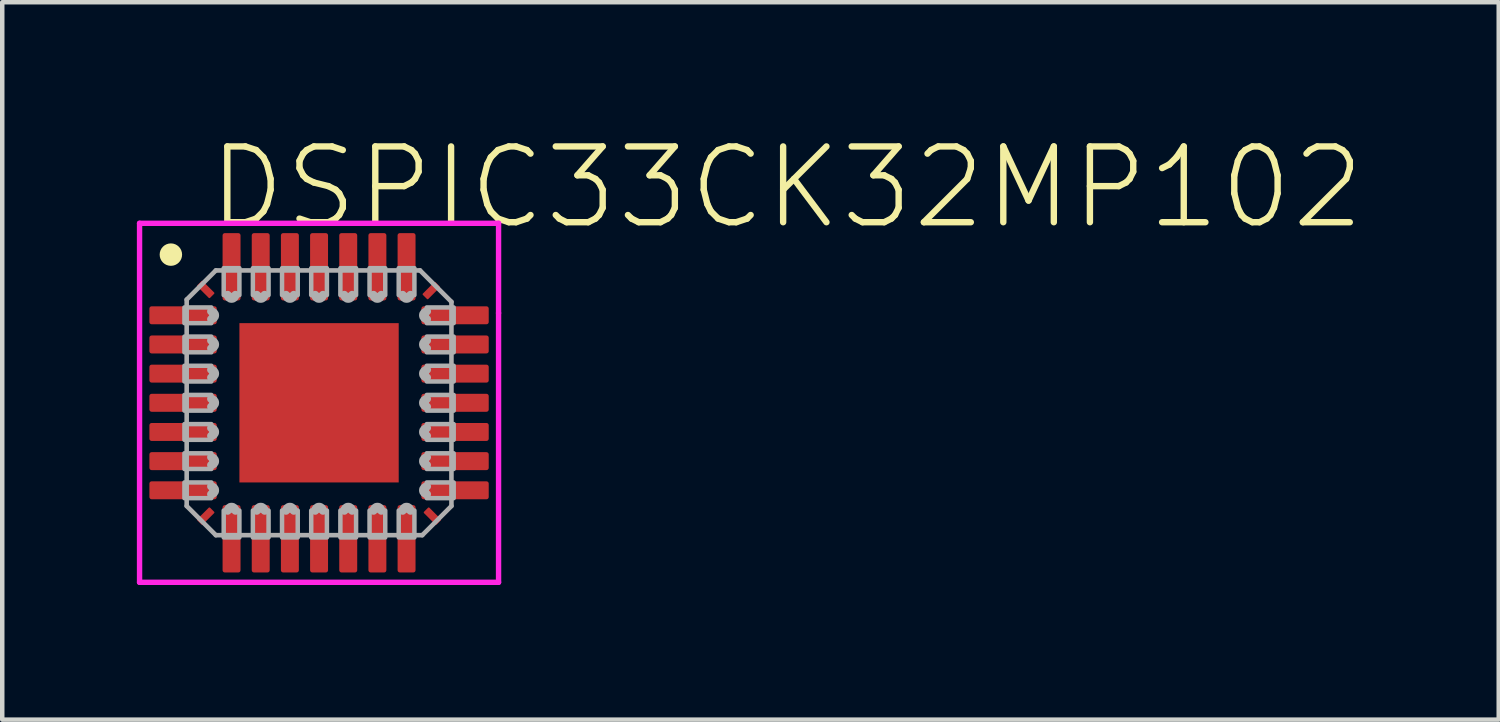
<source format=kicad_pcb>
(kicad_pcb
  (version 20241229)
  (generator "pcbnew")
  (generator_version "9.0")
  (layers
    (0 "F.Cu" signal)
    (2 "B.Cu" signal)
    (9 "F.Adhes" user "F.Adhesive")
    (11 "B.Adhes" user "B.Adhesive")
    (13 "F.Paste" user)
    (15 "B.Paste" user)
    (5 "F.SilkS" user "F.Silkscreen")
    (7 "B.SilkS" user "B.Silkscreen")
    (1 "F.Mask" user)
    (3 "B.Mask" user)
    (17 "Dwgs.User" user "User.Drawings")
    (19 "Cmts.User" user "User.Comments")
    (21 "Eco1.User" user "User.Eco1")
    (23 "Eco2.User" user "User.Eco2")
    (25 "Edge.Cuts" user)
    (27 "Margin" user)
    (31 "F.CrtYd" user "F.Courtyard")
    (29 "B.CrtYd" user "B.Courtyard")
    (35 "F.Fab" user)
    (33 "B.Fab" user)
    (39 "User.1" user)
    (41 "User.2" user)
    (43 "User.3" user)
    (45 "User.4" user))
  (footprint "‎DSPIC33CK32MP102"
    (layer "F.Cu")
    (at 4.06 5.926)
    (property "Reference" "‎DSPIC33CK32MP102" (at -2.54 -3.81 0) (layer "F.SilkS") (effects (font (size 1.689 1.689) (thickness 0.142)) (justify left bottom)))
    (attr through_hole)
    (fp_circle (center -2.4 -1.95) (end -2.312 -1.95) (stroke (width 0.175) (type solid)) (fill no) (layer "F.Mask"))
    (fp_circle (center -2.4 -1.3) (end -2.312 -1.3) (stroke (width 0.175) (type solid)) (fill no) (layer "F.Mask"))
    (fp_circle (center -2.4 -0.65) (end -2.312 -0.65) (stroke (width 0.175) (type solid)) (fill no) (layer "F.Mask"))
    (fp_circle (center -2.4 0) (end -2.312 0) (stroke (width 0.175) (type solid)) (fill no) (layer "F.Mask"))
    (fp_circle (center -2.4 0.65) (end -2.312 0.65) (stroke (width 0.175) (type solid)) (fill no) (layer "F.Mask"))
    (fp_circle (center -2.4 1.3) (end -2.312 1.3) (stroke (width 0.175) (type solid)) (fill no) (layer "F.Mask"))
    (fp_circle (center -2.4 1.95) (end -2.312 1.95) (stroke (width 0.175) (type solid)) (fill no) (layer "F.Mask"))
    (fp_circle (center -1.95 -2.4) (end -1.863 -2.4) (stroke (width 0.175) (type solid)) (fill no) (layer "F.Mask"))
    (fp_circle (center -1.95 2.4) (end -1.863 2.4) (stroke (width 0.175) (type solid)) (fill no) (layer "F.Mask"))
    (fp_circle (center -1.3 -2.4) (end -1.212 -2.4) (stroke (width 0.175) (type solid)) (fill no) (layer "F.Mask"))
    (fp_circle (center -1.3 2.4) (end -1.212 2.4) (stroke (width 0.175) (type solid)) (fill no) (layer "F.Mask"))
    (fp_circle (center -0.65 -2.4) (end -0.562 -2.4) (stroke (width 0.175) (type solid)) (fill no) (layer "F.Mask"))
    (fp_circle (center -0.65 2.4) (end -0.562 2.4) (stroke (width 0.175) (type solid)) (fill no) (layer "F.Mask"))
    (fp_circle (center 0 -2.4) (end 0.087 -2.4) (stroke (width 0.175) (type solid)) (fill no) (layer "F.Mask"))
    (fp_circle (center 0 2.4) (end 0.087 2.4) (stroke (width 0.175) (type solid)) (fill no) (layer "F.Mask"))
    (fp_circle (center 0.65 -2.4) (end 0.738 -2.4) (stroke (width 0.175) (type solid)) (fill no) (layer "F.Mask"))
    (fp_circle (center 0.65 2.4) (end 0.738 2.4) (stroke (width 0.175) (type solid)) (fill no) (layer "F.Mask"))
    (fp_circle (center 1.3 -2.4) (end 1.387 -2.4) (stroke (width 0.175) (type solid)) (fill no) (layer "F.Mask"))
    (fp_circle (center 1.3 2.4) (end 1.387 2.4) (stroke (width 0.175) (type solid)) (fill no) (layer "F.Mask"))
    (fp_circle (center 1.95 -2.4) (end 2.038 -2.4) (stroke (width 0.175) (type solid)) (fill no) (layer "F.Mask"))
    (fp_circle (center 1.95 2.4) (end 2.038 2.4) (stroke (width 0.175) (type solid)) (fill no) (layer "F.Mask"))
    (fp_circle (center 2.4 -1.95) (end 2.487 -1.95) (stroke (width 0.175) (type solid)) (fill no) (layer "F.Mask"))
    (fp_circle (center 2.4 -1.3) (end 2.487 -1.3) (stroke (width 0.175) (type solid)) (fill no) (layer "F.Mask"))
    (fp_circle (center 2.4 -0.65) (end 2.487 -0.65) (stroke (width 0.175) (type solid)) (fill no) (layer "F.Mask"))
    (fp_circle (center 2.4 0) (end 2.487 0) (stroke (width 0.175) (type solid)) (fill no) (layer "F.Mask"))
    (fp_circle (center 2.4 0.65) (end 2.487 0.65) (stroke (width 0.175) (type solid)) (fill no) (layer "F.Mask"))
    (fp_circle (center 2.4 1.3) (end 2.487 1.3) (stroke (width 0.175) (type solid)) (fill no) (layer "F.Mask"))
    (fp_circle (center 2.4 1.95) (end 2.487 1.95) (stroke (width 0.175) (type solid)) (fill no) (layer "F.Mask"))
    (fp_poly (pts (xy -3 -1.775) (xy -2.4 -1.775) (xy -2.4 -2.125) (xy -3 -2.125)) (stroke (width 0) (type solid)) (fill yes) (layer "F.Mask"))
    (fp_poly (pts (xy -3 -1.125) (xy -2.4 -1.125) (xy -2.4 -1.475) (xy -3 -1.475)) (stroke (width 0) (type solid)) (fill yes) (layer "F.Mask"))
    (fp_poly (pts (xy -3 -0.475) (xy -2.4 -0.475) (xy -2.4 -0.825) (xy -3 -0.825)) (stroke (width 0) (type solid)) (fill yes) (layer "F.Mask"))
    (fp_poly (pts (xy -3 0.175) (xy -2.4 0.175) (xy -2.4 -0.175) (xy -3 -0.175)) (stroke (width 0) (type solid)) (fill yes) (layer "F.Mask"))
    (fp_poly (pts (xy -3 0.825) (xy -2.4 0.825) (xy -2.4 0.475) (xy -3 0.475)) (stroke (width 0) (type solid)) (fill yes) (layer "F.Mask"))
    (fp_poly (pts (xy -3 1.475) (xy -2.4 1.475) (xy -2.4 1.125) (xy -3 1.125)) (stroke (width 0) (type solid)) (fill yes) (layer "F.Mask"))
    (fp_poly (pts (xy -3 2.125) (xy -2.4 2.125) (xy -2.4 1.775) (xy -3 1.775)) (stroke (width 0) (type solid)) (fill yes) (layer "F.Mask"))
    (fp_poly (pts (xy -2.362 -1.778) (xy -2.362 -2.134) (xy -3.785 -2.134) (xy -3.785 -1.778)) (stroke (width 0) (type solid)) (fill yes) (layer "F.Mask"))
    (fp_poly (pts (xy -2.362 -1.118) (xy -2.362 -1.473) (xy -3.785 -1.473) (xy -3.785 -1.118)) (stroke (width 0) (type solid)) (fill yes) (layer "F.Mask"))
    (fp_poly (pts (xy -2.362 -0.483) (xy -2.362 -0.838) (xy -3.785 -0.838) (xy -3.785 -0.483)) (stroke (width 0) (type solid)) (fill yes) (layer "F.Mask"))
    (fp_poly (pts (xy -2.362 0.178) (xy -2.362 -0.178) (xy -3.785 -0.178) (xy -3.785 0.178)) (stroke (width 0) (type solid)) (fill yes) (layer "F.Mask"))
    (fp_poly (pts (xy -2.362 0.178) (xy -2.362 -0.178) (xy -3.785 -0.178) (xy -3.785 0.178)) (stroke (width 0) (type solid)) (fill yes) (layer "F.Mask"))
    (fp_poly (pts (xy -2.362 0.838) (xy -2.362 0.483) (xy -3.785 0.483) (xy -3.785 0.838)) (stroke (width 0) (type solid)) (fill yes) (layer "F.Mask"))
    (fp_poly (pts (xy -2.362 1.473) (xy -2.362 1.118) (xy -3.785 1.118) (xy -3.785 1.473)) (stroke (width 0) (type solid)) (fill yes) (layer "F.Mask"))
    (fp_poly (pts (xy -2.362 2.134) (xy -2.362 1.778) (xy -3.785 1.778) (xy -3.785 2.134)) (stroke (width 0) (type solid)) (fill yes) (layer "F.Mask"))
    (fp_poly (pts (xy -2.134 -2.362) (xy -1.778 -2.362) (xy -1.778 -3.785) (xy -2.134 -3.785)) (stroke (width 0) (type solid)) (fill yes) (layer "F.Mask"))
    (fp_poly (pts (xy -2.125 -3) (xy -2.125 -2.4) (xy -1.775 -2.4) (xy -1.775 -3)) (stroke (width 0) (type solid)) (fill yes) (layer "F.Mask"))
    (fp_poly (pts (xy -1.778 2.362) (xy -2.134 2.362) (xy -2.134 3.785) (xy -1.778 3.785)) (stroke (width 0) (type solid)) (fill yes) (layer "F.Mask"))
    (fp_poly (pts (xy -1.775 3) (xy -1.775 2.4) (xy -2.125 2.4) (xy -2.125 3)) (stroke (width 0) (type solid)) (fill yes) (layer "F.Mask"))
    (fp_poly (pts (xy -1.75 1.75) (xy 1.75 1.75) (xy 1.75 -1.75) (xy -1.75 -1.75)) (stroke (width 0) (type solid)) (fill yes) (layer "F.Mask"))
    (fp_poly (pts (xy -1.475 -3) (xy -1.475 -2.4) (xy -1.125 -2.4) (xy -1.125 -3)) (stroke (width 0) (type solid)) (fill yes) (layer "F.Mask"))
    (fp_poly (pts (xy -1.473 -2.362) (xy -1.118 -2.362) (xy -1.118 -3.785) (xy -1.473 -3.785)) (stroke (width 0) (type solid)) (fill yes) (layer "F.Mask"))
    (fp_poly (pts (xy -1.125 3) (xy -1.125 2.4) (xy -1.475 2.4) (xy -1.475 3)) (stroke (width 0) (type solid)) (fill yes) (layer "F.Mask"))
    (fp_poly (pts (xy -1.118 2.362) (xy -1.473 2.362) (xy -1.473 3.785) (xy -1.118 3.785)) (stroke (width 0) (type solid)) (fill yes) (layer "F.Mask"))
    (fp_poly (pts (xy -0.838 -2.362) (xy -0.483 -2.362) (xy -0.483 -3.785) (xy -0.838 -3.785)) (stroke (width 0) (type solid)) (fill yes) (layer "F.Mask"))
    (fp_poly (pts (xy -0.825 -3) (xy -0.825 -2.4) (xy -0.475 -2.4) (xy -0.475 -3)) (stroke (width 0) (type solid)) (fill yes) (layer "F.Mask"))
    (fp_poly (pts (xy -0.475 3) (xy -0.475 2.4) (xy -0.825 2.4) (xy -0.825 3)) (stroke (width 0) (type solid)) (fill yes) (layer "F.Mask"))
    (fp_poly (pts (xy -0.457 2.362) (xy -0.813 2.362) (xy -0.813 3.785) (xy -0.457 3.785)) (stroke (width 0) (type solid)) (fill yes) (layer "F.Mask"))
    (fp_poly (pts (xy -0.178 -2.362) (xy 0.178 -2.362) (xy 0.178 -3.785) (xy -0.178 -3.785)) (stroke (width 0) (type solid)) (fill yes) (layer "F.Mask"))
    (fp_poly (pts (xy -0.175 -3) (xy -0.175 -2.4) (xy 0.175 -2.4) (xy 0.175 -3)) (stroke (width 0) (type solid)) (fill yes) (layer "F.Mask"))
    (fp_poly (pts (xy 0.175 3) (xy 0.175 2.4) (xy -0.175 2.4) (xy -0.175 3)) (stroke (width 0) (type solid)) (fill yes) (layer "F.Mask"))
    (fp_poly (pts (xy 0.178 2.362) (xy -0.178 2.362) (xy -0.178 3.785) (xy 0.178 3.785)) (stroke (width 0) (type solid)) (fill yes) (layer "F.Mask"))
    (fp_poly (pts (xy 0.475 -3) (xy 0.475 -2.4) (xy 0.825 -2.4) (xy 0.825 -3)) (stroke (width 0) (type solid)) (fill yes) (layer "F.Mask"))
    (fp_poly (pts (xy 0.483 -2.362) (xy 0.838 -2.362) (xy 0.838 -3.785) (xy 0.483 -3.785)) (stroke (width 0) (type solid)) (fill yes) (layer "F.Mask"))
    (fp_poly (pts (xy 0.825 3) (xy 0.825 2.4) (xy 0.475 2.4) (xy 0.475 3)) (stroke (width 0) (type solid)) (fill yes) (layer "F.Mask"))
    (fp_poly (pts (xy 0.838 2.362) (xy 0.483 2.362) (xy 0.483 3.785) (xy 0.838 3.785)) (stroke (width 0) (type solid)) (fill yes) (layer "F.Mask"))
    (fp_poly (pts (xy 1.118 -2.362) (xy 1.473 -2.362) (xy 1.473 -3.785) (xy 1.118 -3.785)) (stroke (width 0) (type solid)) (fill yes) (layer "F.Mask"))
    (fp_poly (pts (xy 1.125 -3) (xy 1.125 -2.4) (xy 1.475 -2.4) (xy 1.475 -3)) (stroke (width 0) (type solid)) (fill yes) (layer "F.Mask"))
    (fp_poly (pts (xy 1.473 2.362) (xy 1.118 2.362) (xy 1.118 3.785) (xy 1.473 3.785)) (stroke (width 0) (type solid)) (fill yes) (layer "F.Mask"))
    (fp_poly (pts (xy 1.475 3) (xy 1.475 2.4) (xy 1.125 2.4) (xy 1.125 3)) (stroke (width 0) (type solid)) (fill yes) (layer "F.Mask"))
    (fp_poly (pts (xy 1.775 -3) (xy 1.775 -2.4) (xy 2.125 -2.4) (xy 2.125 -3)) (stroke (width 0) (type solid)) (fill yes) (layer "F.Mask"))
    (fp_poly (pts (xy 1.778 -2.362) (xy 2.134 -2.362) (xy 2.134 -3.785) (xy 1.778 -3.785)) (stroke (width 0) (type solid)) (fill yes) (layer "F.Mask"))
    (fp_poly (pts (xy 2.125 3) (xy 2.125 2.4) (xy 1.775 2.4) (xy 1.775 3)) (stroke (width 0) (type solid)) (fill yes) (layer "F.Mask"))
    (fp_poly (pts (xy 2.134 2.362) (xy 1.778 2.362) (xy 1.778 3.785) (xy 2.134 3.785)) (stroke (width 0) (type solid)) (fill yes) (layer "F.Mask"))
    (fp_poly (pts (xy 2.362 -2.134) (xy 2.362 -1.778) (xy 3.785 -1.778) (xy 3.785 -2.134)) (stroke (width 0) (type solid)) (fill yes) (layer "F.Mask"))
    (fp_poly (pts (xy 2.362 -1.473) (xy 2.362 -1.118) (xy 3.785 -1.118) (xy 3.785 -1.473)) (stroke (width 0) (type solid)) (fill yes) (layer "F.Mask"))
    (fp_poly (pts (xy 2.362 -0.838) (xy 2.362 -0.483) (xy 3.785 -0.483) (xy 3.785 -0.838)) (stroke (width 0) (type solid)) (fill yes) (layer "F.Mask"))
    (fp_poly (pts (xy 2.362 -0.178) (xy 2.362 0.178) (xy 3.785 0.178) (xy 3.785 -0.178)) (stroke (width 0) (type solid)) (fill yes) (layer "F.Mask"))
    (fp_poly (pts (xy 2.362 0.457) (xy 2.362 0.813) (xy 3.785 0.813) (xy 3.785 0.457)) (stroke (width 0) (type solid)) (fill yes) (layer "F.Mask"))
    (fp_poly (pts (xy 2.362 1.118) (xy 2.362 1.473) (xy 3.785 1.473) (xy 3.785 1.118)) (stroke (width 0) (type solid)) (fill yes) (layer "F.Mask"))
    (fp_poly (pts (xy 2.362 1.778) (xy 2.362 2.134) (xy 3.785 2.134) (xy 3.785 1.778)) (stroke (width 0) (type solid)) (fill yes) (layer "F.Mask"))
    (fp_poly (pts (xy 3 -2.125) (xy 2.4 -2.125) (xy 2.4 -1.775) (xy 3 -1.775)) (stroke (width 0) (type solid)) (fill yes) (layer "F.Mask"))
    (fp_poly (pts (xy 3 -1.475) (xy 2.4 -1.475) (xy 2.4 -1.125) (xy 3 -1.125)) (stroke (width 0) (type solid)) (fill yes) (layer "F.Mask"))
    (fp_poly (pts (xy 3 -0.825) (xy 2.4 -0.825) (xy 2.4 -0.475) (xy 3 -0.475)) (stroke (width 0) (type solid)) (fill yes) (layer "F.Mask"))
    (fp_poly (pts (xy 3 -0.175) (xy 2.4 -0.175) (xy 2.4 0.175) (xy 3 0.175)) (stroke (width 0) (type solid)) (fill yes) (layer "F.Mask"))
    (fp_poly (pts (xy 3 0.475) (xy 2.4 0.475) (xy 2.4 0.825) (xy 3 0.825)) (stroke (width 0) (type solid)) (fill yes) (layer "F.Mask"))
    (fp_poly (pts (xy 3 1.125) (xy 2.4 1.125) (xy 2.4 1.475) (xy 3 1.475)) (stroke (width 0) (type solid)) (fill yes) (layer "F.Mask"))
    (fp_poly (pts (xy 3 1.775) (xy 2.4 1.775) (xy 2.4 2.125) (xy 3 2.125)) (stroke (width 0) (type solid)) (fill yes) (layer "F.Mask"))
    (fp_circle (center -3.302 -3.302) (end -3.177 -3.302) (stroke (width 0.25) (type solid)) (fill no) (layer "F.SilkS"))
    (fp_circle (center -2.4 -1.95) (end -2.312 -1.95) (stroke (width 0.175) (type solid)) (fill no) (layer "F.Paste"))
    (fp_circle (center -2.4 -1.3) (end -2.312 -1.3) (stroke (width 0.175) (type solid)) (fill no) (layer "F.Paste"))
    (fp_circle (center -2.4 -0.65) (end -2.312 -0.65) (stroke (width 0.175) (type solid)) (fill no) (layer "F.Paste"))
    (fp_circle (center -2.4 0) (end -2.312 0) (stroke (width 0.175) (type solid)) (fill no) (layer "F.Paste"))
    (fp_circle (center -2.4 0.65) (end -2.312 0.65) (stroke (width 0.175) (type solid)) (fill no) (layer "F.Paste"))
    (fp_circle (center -2.4 1.3) (end -2.312 1.3) (stroke (width 0.175) (type solid)) (fill no) (layer "F.Paste"))
    (fp_circle (center -2.4 1.95) (end -2.312 1.95) (stroke (width 0.175) (type solid)) (fill no) (layer "F.Paste"))
    (fp_circle (center -1.95 -2.4) (end -1.863 -2.4) (stroke (width 0.175) (type solid)) (fill no) (layer "F.Paste"))
    (fp_circle (center -1.95 2.4) (end -1.863 2.4) (stroke (width 0.175) (type solid)) (fill no) (layer "F.Paste"))
    (fp_circle (center -1.3 -2.4) (end -1.212 -2.4) (stroke (width 0.175) (type solid)) (fill no) (layer "F.Paste"))
    (fp_circle (center -1.3 2.4) (end -1.212 2.4) (stroke (width 0.175) (type solid)) (fill no) (layer "F.Paste"))
    (fp_circle (center -0.65 -2.4) (end -0.562 -2.4) (stroke (width 0.175) (type solid)) (fill no) (layer "F.Paste"))
    (fp_circle (center -0.65 2.4) (end -0.562 2.4) (stroke (width 0.175) (type solid)) (fill no) (layer "F.Paste"))
    (fp_circle (center 0 -2.4) (end 0.087 -2.4) (stroke (width 0.175) (type solid)) (fill no) (layer "F.Paste"))
    (fp_circle (center 0 2.4) (end 0.087 2.4) (stroke (width 0.175) (type solid)) (fill no) (layer "F.Paste"))
    (fp_circle (center 0.65 -2.4) (end 0.738 -2.4) (stroke (width 0.175) (type solid)) (fill no) (layer "F.Paste"))
    (fp_circle (center 0.65 2.4) (end 0.738 2.4) (stroke (width 0.175) (type solid)) (fill no) (layer "F.Paste"))
    (fp_circle (center 1.3 -2.4) (end 1.387 -2.4) (stroke (width 0.175) (type solid)) (fill no) (layer "F.Paste"))
    (fp_circle (center 1.3 2.4) (end 1.387 2.4) (stroke (width 0.175) (type solid)) (fill no) (layer "F.Paste"))
    (fp_circle (center 1.95 -2.4) (end 2.038 -2.4) (stroke (width 0.175) (type solid)) (fill no) (layer "F.Paste"))
    (fp_circle (center 1.95 2.4) (end 2.038 2.4) (stroke (width 0.175) (type solid)) (fill no) (layer "F.Paste"))
    (fp_circle (center 2.4 -1.95) (end 2.487 -1.95) (stroke (width 0.175) (type solid)) (fill no) (layer "F.Paste"))
    (fp_circle (center 2.4 -1.3) (end 2.487 -1.3) (stroke (width 0.175) (type solid)) (fill no) (layer "F.Paste"))
    (fp_circle (center 2.4 -0.65) (end 2.487 -0.65) (stroke (width 0.175) (type solid)) (fill no) (layer "F.Paste"))
    (fp_circle (center 2.4 0) (end 2.487 0) (stroke (width 0.175) (type solid)) (fill no) (layer "F.Paste"))
    (fp_circle (center 2.4 0.65) (end 2.487 0.65) (stroke (width 0.175) (type solid)) (fill no) (layer "F.Paste"))
    (fp_circle (center 2.4 1.3) (end 2.487 1.3) (stroke (width 0.175) (type solid)) (fill no) (layer "F.Paste"))
    (fp_circle (center 2.4 1.95) (end 2.487 1.95) (stroke (width 0.175) (type solid)) (fill no) (layer "F.Paste"))
    (fp_poly (pts (xy -3 -1.775) (xy -2.4 -1.775) (xy -2.4 -2.125) (xy -3 -2.125)) (stroke (width 0) (type solid)) (fill yes) (layer "F.Paste"))
    (fp_poly (pts (xy -3 -1.125) (xy -2.4 -1.125) (xy -2.4 -1.475) (xy -3 -1.475)) (stroke (width 0) (type solid)) (fill yes) (layer "F.Paste"))
    (fp_poly (pts (xy -3 -0.475) (xy -2.4 -0.475) (xy -2.4 -0.825) (xy -3 -0.825)) (stroke (width 0) (type solid)) (fill yes) (layer "F.Paste"))
    (fp_poly (pts (xy -3 0.175) (xy -2.4 0.175) (xy -2.4 -0.175) (xy -3 -0.175)) (stroke (width 0) (type solid)) (fill yes) (layer "F.Paste"))
    (fp_poly (pts (xy -3 0.825) (xy -2.4 0.825) (xy -2.4 0.475) (xy -3 0.475)) (stroke (width 0) (type solid)) (fill yes) (layer "F.Paste"))
    (fp_poly (pts (xy -3 1.475) (xy -2.4 1.475) (xy -2.4 1.125) (xy -3 1.125)) (stroke (width 0) (type solid)) (fill yes) (layer "F.Paste"))
    (fp_poly (pts (xy -3 2.125) (xy -2.4 2.125) (xy -2.4 1.775) (xy -3 1.775)) (stroke (width 0) (type solid)) (fill yes) (layer "F.Paste"))
    (fp_poly (pts (xy -2.73 -2.61) (xy -2.447 -2.327) (xy -2.327 -2.447) (xy -2.61 -2.73)) (stroke (width 0) (type solid)) (fill yes) (layer "F.Paste"))
    (fp_poly (pts (xy -2.61 2.73) (xy -2.327 2.447) (xy -2.447 2.327) (xy -2.73 2.61)) (stroke (width 0) (type solid)) (fill yes) (layer "F.Paste"))
    (fp_poly (pts (xy -2.125 -3) (xy -2.125 -2.4) (xy -1.775 -2.4) (xy -1.775 -3)) (stroke (width 0) (type solid)) (fill yes) (layer "F.Paste"))
    (fp_poly (pts (xy -1.775 3) (xy -1.775 2.4) (xy -2.125 2.4) (xy -2.125 3)) (stroke (width 0) (type solid)) (fill yes) (layer "F.Paste"))
    (fp_poly (pts (xy -1.725 1.725) (xy 1.725 1.725) (xy 1.725 -1.725) (xy -1.725 -1.725)) (stroke (width 0) (type solid)) (fill yes) (layer "F.Paste"))
    (fp_poly (pts (xy -1.475 -3) (xy -1.475 -2.4) (xy -1.125 -2.4) (xy -1.125 -3)) (stroke (width 0) (type solid)) (fill yes) (layer "F.Paste"))
    (fp_poly (pts (xy -1.125 3) (xy -1.125 2.4) (xy -1.475 2.4) (xy -1.475 3)) (stroke (width 0) (type solid)) (fill yes) (layer "F.Paste"))
    (fp_poly (pts (xy -0.825 -3) (xy -0.825 -2.4) (xy -0.475 -2.4) (xy -0.475 -3)) (stroke (width 0) (type solid)) (fill yes) (layer "F.Paste"))
    (fp_poly (pts (xy -0.475 3) (xy -0.475 2.4) (xy -0.825 2.4) (xy -0.825 3)) (stroke (width 0) (type solid)) (fill yes) (layer "F.Paste"))
    (fp_poly (pts (xy -0.175 -3) (xy -0.175 -2.4) (xy 0.175 -2.4) (xy 0.175 -3)) (stroke (width 0) (type solid)) (fill yes) (layer "F.Paste"))
    (fp_poly (pts (xy 0.175 3) (xy 0.175 2.4) (xy -0.175 2.4) (xy -0.175 3)) (stroke (width 0) (type solid)) (fill yes) (layer "F.Paste"))
    (fp_poly (pts (xy 0.475 -3) (xy 0.475 -2.4) (xy 0.825 -2.4) (xy 0.825 -3)) (stroke (width 0) (type solid)) (fill yes) (layer "F.Paste"))
    (fp_poly (pts (xy 0.825 3) (xy 0.825 2.4) (xy 0.475 2.4) (xy 0.475 3)) (stroke (width 0) (type solid)) (fill yes) (layer "F.Paste"))
    (fp_poly (pts (xy 1.125 -3) (xy 1.125 -2.4) (xy 1.475 -2.4) (xy 1.475 -3)) (stroke (width 0) (type solid)) (fill yes) (layer "F.Paste"))
    (fp_poly (pts (xy 1.475 3) (xy 1.475 2.4) (xy 1.125 2.4) (xy 1.125 3)) (stroke (width 0) (type solid)) (fill yes) (layer "F.Paste"))
    (fp_poly (pts (xy 1.775 -3) (xy 1.775 -2.4) (xy 2.125 -2.4) (xy 2.125 -3)) (stroke (width 0) (type solid)) (fill yes) (layer "F.Paste"))
    (fp_poly (pts (xy 2.125 3) (xy 2.125 2.4) (xy 1.775 2.4) (xy 1.775 3)) (stroke (width 0) (type solid)) (fill yes) (layer "F.Paste"))
    (fp_poly (pts (xy 2.42 -2.3) (xy 2.703 -2.583) (xy 2.583 -2.703) (xy 2.3 -2.42)) (stroke (width 0) (type solid)) (fill yes) (layer "F.Paste"))
    (fp_poly (pts (xy 2.73 2.61) (xy 2.447 2.327) (xy 2.327 2.447) (xy 2.61 2.73)) (stroke (width 0) (type solid)) (fill yes) (layer "F.Paste"))
    (fp_poly (pts (xy 3 -2.125) (xy 2.4 -2.125) (xy 2.4 -1.775) (xy 3 -1.775)) (stroke (width 0) (type solid)) (fill yes) (layer "F.Paste"))
    (fp_poly (pts (xy 3 -1.475) (xy 2.4 -1.475) (xy 2.4 -1.125) (xy 3 -1.125)) (stroke (width 0) (type solid)) (fill yes) (layer "F.Paste"))
    (fp_poly (pts (xy 3 -0.825) (xy 2.4 -0.825) (xy 2.4 -0.475) (xy 3 -0.475)) (stroke (width 0) (type solid)) (fill yes) (layer "F.Paste"))
    (fp_poly (pts (xy 3 -0.175) (xy 2.4 -0.175) (xy 2.4 0.175) (xy 3 0.175)) (stroke (width 0) (type solid)) (fill yes) (layer "F.Paste"))
    (fp_poly (pts (xy 3 0.475) (xy 2.4 0.475) (xy 2.4 0.825) (xy 3 0.825)) (stroke (width 0) (type solid)) (fill yes) (layer "F.Paste"))
    (fp_poly (pts (xy 3 1.125) (xy 2.4 1.125) (xy 2.4 1.475) (xy 3 1.475)) (stroke (width 0) (type solid)) (fill yes) (layer "F.Paste"))
    (fp_poly (pts (xy 3 1.775) (xy 2.4 1.775) (xy 2.4 2.125) (xy 3 2.125)) (stroke (width 0) (type solid)) (fill yes) (layer "F.Paste"))
    (fp_line (start -4 -4) (end 4 -4) (stroke (width 0.12) (type solid)) (layer "F.CrtYd"))
    (fp_line (start -4 4) (end -4 -4) (stroke (width 0.12) (type solid)) (layer "F.CrtYd"))
    (fp_line (start 4 -4) (end 4 -2) (stroke (width 0.12) (type solid)) (layer "F.CrtYd"))
    (fp_line (start 4 -2) (end 4 4) (stroke (width 0.12) (type solid)) (layer "F.CrtYd"))
    (fp_line (start 4 4) (end -4 4) (stroke (width 0.12) (type solid)) (layer "F.CrtYd"))
    (fp_line (start -2.95 -2.3) (end -2.3 -2.95) (stroke (width 0.102) (type solid)) (layer "F.Fab"))
    (fp_line (start -2.95 2.3) (end -2.95 -2.3) (stroke (width 0.102) (type solid)) (layer "F.Fab"))
    (fp_line (start -2.3 -2.95) (end 2.25 -2.95) (stroke (width 0.102) (type solid)) (layer "F.Fab"))
    (fp_line (start -2.3 2.95) (end -2.95 2.3) (stroke (width 0.102) (type solid)) (layer "F.Fab"))
    (fp_line (start 2.25 -2.95) (end 2.95 -2.25) (stroke (width 0.102) (type solid)) (layer "F.Fab"))
    (fp_line (start 2.3 2.95) (end -2.3 2.95) (stroke (width 0.102) (type solid)) (layer "F.Fab"))
    (fp_line (start 2.95 -2.25) (end 2.95 2.3) (stroke (width 0.102) (type solid)) (layer "F.Fab"))
    (fp_line (start 2.95 2.3) (end 2.3 2.95) (stroke (width 0.102) (type solid)) (layer "F.Fab"))
    (fp_arc (start -2.405 -2.0375) (mid -2.3175 -1.95) (end -2.405 -1.8625) (stroke (width 0.18) (type solid)) (layer "F.Fab"))
    (fp_arc (start -2.405 -1.3875) (mid -2.3175 -1.3) (end -2.405 -1.2125) (stroke (width 0.18) (type solid)) (layer "F.Fab"))
    (fp_arc (start -2.405 -0.7375) (mid -2.3175 -0.65) (end -2.405 -0.5625) (stroke (width 0.18) (type solid)) (layer "F.Fab"))
    (fp_arc (start -2.405 -0.0875) (mid -2.3175 0) (end -2.405 0.0875) (stroke (width 0.18) (type solid)) (layer "F.Fab"))
    (fp_arc (start -2.405 0.5625) (mid -2.3175 0.65) (end -2.405 0.7375) (stroke (width 0.18) (type solid)) (layer "F.Fab"))
    (fp_arc (start -2.405 1.2125) (mid -2.3175 1.3) (end -2.405 1.3875) (stroke (width 0.18) (type solid)) (layer "F.Fab"))
    (fp_arc (start -2.405 1.8625) (mid -2.3175 1.95) (end -2.405 2.0375) (stroke (width 0.18) (type solid)) (layer "F.Fab"))
    (fp_arc (start -2.0375 2.405) (mid -1.95 2.3175) (end -1.8625 2.405) (stroke (width 0.18) (type solid)) (layer "F.Fab"))
    (fp_arc (start -1.8625 -2.405) (mid -1.95 -2.3175) (end -2.0375 -2.405) (stroke (width 0.18) (type solid)) (layer "F.Fab"))
    (fp_arc (start -1.3875 2.405) (mid -1.3 2.3175) (end -1.2125 2.405) (stroke (width 0.18) (type solid)) (layer "F.Fab"))
    (fp_arc (start -1.2125 -2.405) (mid -1.3 -2.3175) (end -1.3875 -2.405) (stroke (width 0.18) (type solid)) (layer "F.Fab"))
    (fp_arc (start -0.7375 2.405) (mid -0.65 2.3175) (end -0.5625 2.405) (stroke (width 0.18) (type solid)) (layer "F.Fab"))
    (fp_arc (start -0.5625 -2.405) (mid -0.65 -2.3175) (end -0.7375 -2.405) (stroke (width 0.18) (type solid)) (layer "F.Fab"))
    (fp_arc (start -0.0875 2.405) (mid 0 2.3175) (end 0.0875 2.405) (stroke (width 0.18) (type solid)) (layer "F.Fab"))
    (fp_arc (start 0.0875 -2.405) (mid 0 -2.3175) (end -0.0875 -2.405) (stroke (width 0.18) (type solid)) (layer "F.Fab"))
    (fp_arc (start 0.5625 2.405) (mid 0.65 2.3175) (end 0.7375 2.405) (stroke (width 0.18) (type solid)) (layer "F.Fab"))
    (fp_arc (start 0.7375 -2.405) (mid 0.65 -2.3175) (end 0.5625 -2.405) (stroke (width 0.18) (type solid)) (layer "F.Fab"))
    (fp_arc (start 1.2125 2.405) (mid 1.3 2.3175) (end 1.3875 2.405) (stroke (width 0.18) (type solid)) (layer "F.Fab"))
    (fp_arc (start 1.3875 -2.405) (mid 1.3 -2.3175) (end 1.2125 -2.405) (stroke (width 0.18) (type solid)) (layer "F.Fab"))
    (fp_arc (start 1.8625 2.405) (mid 1.95 2.3175) (end 2.0375 2.405) (stroke (width 0.18) (type solid)) (layer "F.Fab"))
    (fp_arc (start 2.0375 -2.405) (mid 1.95 -2.3175) (end 1.8625 -2.405) (stroke (width 0.18) (type solid)) (layer "F.Fab"))
    (fp_arc (start 2.405 -1.8625) (mid 2.3175 -1.95) (end 2.405 -2.0375) (stroke (width 0.18) (type solid)) (layer "F.Fab"))
    (fp_arc (start 2.405 -1.2125) (mid 2.3175 -1.3) (end 2.405 -1.3875) (stroke (width 0.18) (type solid)) (layer "F.Fab"))
    (fp_arc (start 2.405 -0.5625) (mid 2.3175 -0.65) (end 2.405 -0.7375) (stroke (width 0.18) (type solid)) (layer "F.Fab"))
    (fp_arc (start 2.405 0.0875) (mid 2.3175 0) (end 2.405 -0.0875) (stroke (width 0.18) (type solid)) (layer "F.Fab"))
    (fp_arc (start 2.405 0.7375) (mid 2.3175 0.65) (end 2.405 0.5625) (stroke (width 0.18) (type solid)) (layer "F.Fab"))
    (fp_arc (start 2.405 1.3875) (mid 2.3175 1.3) (end 2.405 1.2125) (stroke (width 0.18) (type solid)) (layer "F.Fab"))
    (fp_arc (start 2.405 2.0375) (mid 2.3175 1.95) (end 2.405 1.8625) (stroke (width 0.18) (type solid)) (layer "F.Fab"))
    (fp_poly (pts (xy -3 -1.775) (xy -2.4 -1.775) (xy -2.4 -2.125) (xy -3 -2.125)) (stroke (width 0.1) (type solid)) (fill no) (layer "F.Fab"))
    (fp_poly (pts (xy -3 -1.125) (xy -2.4 -1.125) (xy -2.4 -1.475) (xy -3 -1.475)) (stroke (width 0.1) (type solid)) (fill no) (layer "F.Fab"))
    (fp_poly (pts (xy -3 -0.475) (xy -2.4 -0.475) (xy -2.4 -0.825) (xy -3 -0.825)) (stroke (width 0.1) (type solid)) (fill no) (layer "F.Fab"))
    (fp_poly (pts (xy -3 0.175) (xy -2.4 0.175) (xy -2.4 -0.175) (xy -3 -0.175)) (stroke (width 0.1) (type solid)) (fill no) (layer "F.Fab"))
    (fp_poly (pts (xy -3 0.825) (xy -2.4 0.825) (xy -2.4 0.475) (xy -3 0.475)) (stroke (width 0.1) (type solid)) (fill no) (layer "F.Fab"))
    (fp_poly (pts (xy -3 1.475) (xy -2.4 1.475) (xy -2.4 1.125) (xy -3 1.125)) (stroke (width 0.1) (type solid)) (fill no) (layer "F.Fab"))
    (fp_poly (pts (xy -3 2.125) (xy -2.4 2.125) (xy -2.4 1.775) (xy -3 1.775)) (stroke (width 0.1) (type solid)) (fill no) (layer "F.Fab"))
    (fp_poly (pts (xy -2.125 -3) (xy -2.125 -2.4) (xy -1.775 -2.4) (xy -1.775 -3)) (stroke (width 0.1) (type solid)) (fill no) (layer "F.Fab"))
    (fp_poly (pts (xy -1.775 3) (xy -1.775 2.4) (xy -2.125 2.4) (xy -2.125 3)) (stroke (width 0.1) (type solid)) (fill no) (layer "F.Fab"))
    (fp_poly (pts (xy -1.475 -3) (xy -1.475 -2.4) (xy -1.125 -2.4) (xy -1.125 -3)) (stroke (width 0.1) (type solid)) (fill no) (layer "F.Fab"))
    (fp_poly (pts (xy -1.125 3) (xy -1.125 2.4) (xy -1.475 2.4) (xy -1.475 3)) (stroke (width 0.1) (type solid)) (fill no) (layer "F.Fab"))
    (fp_poly (pts (xy -0.825 -3) (xy -0.825 -2.4) (xy -0.475 -2.4) (xy -0.475 -3)) (stroke (width 0.1) (type solid)) (fill no) (layer "F.Fab"))
    (fp_poly (pts (xy -0.475 3) (xy -0.475 2.4) (xy -0.825 2.4) (xy -0.825 3)) (stroke (width 0.1) (type solid)) (fill no) (layer "F.Fab"))
    (fp_poly (pts (xy -0.175 -3) (xy -0.175 -2.4) (xy 0.175 -2.4) (xy 0.175 -3)) (stroke (width 0.1) (type solid)) (fill no) (layer "F.Fab"))
    (fp_poly (pts (xy 0.175 3) (xy 0.175 2.4) (xy -0.175 2.4) (xy -0.175 3)) (stroke (width 0.1) (type solid)) (fill no) (layer "F.Fab"))
    (fp_poly (pts (xy 0.475 -3) (xy 0.475 -2.4) (xy 0.825 -2.4) (xy 0.825 -3)) (stroke (width 0.1) (type solid)) (fill no) (layer "F.Fab"))
    (fp_poly (pts (xy 0.825 3) (xy 0.825 2.4) (xy 0.475 2.4) (xy 0.475 3)) (stroke (width 0.1) (type solid)) (fill no) (layer "F.Fab"))
    (fp_poly (pts (xy 1.125 -3) (xy 1.125 -2.4) (xy 1.475 -2.4) (xy 1.475 -3)) (stroke (width 0.1) (type solid)) (fill no) (layer "F.Fab"))
    (fp_poly (pts (xy 1.475 3) (xy 1.475 2.4) (xy 1.125 2.4) (xy 1.125 3)) (stroke (width 0.1) (type solid)) (fill no) (layer "F.Fab"))
    (fp_poly (pts (xy 1.775 -3) (xy 1.775 -2.4) (xy 2.125 -2.4) (xy 2.125 -3)) (stroke (width 0.1) (type solid)) (fill no) (layer "F.Fab"))
    (fp_poly (pts (xy 2.125 3) (xy 2.125 2.4) (xy 1.775 2.4) (xy 1.775 3)) (stroke (width 0.1) (type solid)) (fill no) (layer "F.Fab"))
    (fp_poly (pts (xy 3 -2.125) (xy 2.4 -2.125) (xy 2.4 -1.775) (xy 3 -1.775)) (stroke (width 0.1) (type solid)) (fill no) (layer "F.Fab"))
    (fp_poly (pts (xy 3 -1.475) (xy 2.4 -1.475) (xy 2.4 -1.125) (xy 3 -1.125)) (stroke (width 0.1) (type solid)) (fill no) (layer "F.Fab"))
    (fp_poly (pts (xy 3 -0.825) (xy 2.4 -0.825) (xy 2.4 -0.475) (xy 3 -0.475)) (stroke (width 0.1) (type solid)) (fill no) (layer "F.Fab"))
    (fp_poly (pts (xy 3 -0.175) (xy 2.4 -0.175) (xy 2.4 0.175) (xy 3 0.175)) (stroke (width 0.1) (type solid)) (fill no) (layer "F.Fab"))
    (fp_poly (pts (xy 3 0.475) (xy 2.4 0.475) (xy 2.4 0.825) (xy 3 0.825)) (stroke (width 0.1) (type solid)) (fill no) (layer "F.Fab"))
    (fp_poly (pts (xy 3 1.125) (xy 2.4 1.125) (xy 2.4 1.475) (xy 3 1.475)) (stroke (width 0.1) (type solid)) (fill no) (layer "F.Fab"))
    (fp_poly (pts (xy 3 1.775) (xy 2.4 1.775) (xy 2.4 2.125) (xy 3 2.125)) (stroke (width 0.1) (type solid)) (fill no) (layer "F.Fab"))
    (pad "AVDD" smd roundrect (at -1.3 3.031 90) (size 1.5 0.4) (layers "F.Cu" "F.Mask") (roundrect_rratio 0.125))
    (pad "AVSS" smd roundrect (at -0.65 3.031 90) (size 1.5 0.4) (layers "F.Cu" "F.Mask") (roundrect_rratio 0.125))
    (pad "MCLR" smd roundrect (at -3.031 -0.65) (size 1.5 0.4) (layers "F.Cu" "F.Mask") (roundrect_rratio 0.125))
    (pad "PAD" smd rect (at 0 0) (size 3.55 3.55) (layers "F.Cu" "F.Mask"))
    (pad "R1" smd roundrect (at -2.525 -2.525 45) (size 0.17 0.4) (layers "F.Cu" "F.Mask") (roundrect_rratio 0.125))
    (pad "R2" smd roundrect (at -2.525 2.525 135) (size 0.17 0.4) (layers "F.Cu" "F.Mask") (roundrect_rratio 0.125))
    (pad "R3" smd roundrect (at 2.525 2.525 225) (size 0.17 0.4) (layers "F.Cu" "F.Mask") (roundrect_rratio 0.125))
    (pad "R4" smd roundrect (at 2.5 -2.5 315) (size 0.17 0.4) (layers "F.Cu" "F.Mask") (roundrect_rratio 0.125))
    (pad "RA0" smd roundrect (at -3.031 0) (size 1.5 0.4) (layers "F.Cu" "F.Mask") (roundrect_rratio 0.125))
    (pad "RA1" smd roundrect (at -3.031 0.65) (size 1.5 0.4) (layers "F.Cu" "F.Mask") (roundrect_rratio 0.125))
    (pad "RA2" smd roundrect (at -3.031 1.3) (size 1.5 0.4) (layers "F.Cu" "F.Mask") (roundrect_rratio 0.125))
    (pad "RA3" smd roundrect (at -3.031 1.95) (size 1.5 0.4) (layers "F.Cu" "F.Mask") (roundrect_rratio 0.125))
    (pad "RA4" smd roundrect (at -1.95 3.031 90) (size 1.5 0.4) (layers "F.Cu" "F.Mask") (roundrect_rratio 0.125))
    (pad "RB0" smd roundrect (at 1.3 3.031 90) (size 1.5 0.4) (layers "F.Cu" "F.Mask") (roundrect_rratio 0.125))
    (pad "RB1" smd roundrect (at 1.95 3.031 90) (size 1.5 0.4) (layers "F.Cu" "F.Mask") (roundrect_rratio 0.125))
    (pad "RB2" smd roundrect (at 3.031 1.95 180) (size 1.5 0.4) (layers "F.Cu" "F.Mask") (roundrect_rratio 0.125))
    (pad "RB3" smd roundrect (at 3.031 1.3 180) (size 1.5 0.4) (layers "F.Cu" "F.Mask") (roundrect_rratio 0.125))
    (pad "RB4" smd roundrect (at 3.031 0.65 180) (size 1.5 0.4) (layers "F.Cu" "F.Mask") (roundrect_rratio 0.125))
    (pad "RB5" smd roundrect (at 3.031 0 180) (size 1.5 0.4) (layers "F.Cu" "F.Mask") (roundrect_rratio 0.125))
    (pad "RB6" smd roundrect (at 3.031 -0.65 180) (size 1.5 0.4) (layers "F.Cu" "F.Mask") (roundrect_rratio 0.125))
    (pad "RB7" smd roundrect (at 3.031 -1.3 180) (size 1.5 0.4) (layers "F.Cu" "F.Mask") (roundrect_rratio 0.125))
    (pad "RB8" smd roundrect (at 3.031 -1.95 180) (size 1.5 0.4) (layers "F.Cu" "F.Mask") (roundrect_rratio 0.125))
    (pad "RB9" smd roundrect (at 1.95 -3.031 270) (size 1.5 0.4) (layers "F.Cu" "F.Mask") (roundrect_rratio 0.125))
    (pad "RB10" smd roundrect (at 0 -3.031 270) (size 1.5 0.4) (layers "F.Cu" "F.Mask") (roundrect_rratio 0.125))
    (pad "RB11" smd roundrect (at -0.65 -3.031 270) (size 1.5 0.4) (layers "F.Cu" "F.Mask") (roundrect_rratio 0.125))
    (pad "RB12" smd roundrect (at -1.3 -3.031 270) (size 1.5 0.4) (layers "F.Cu" "F.Mask") (roundrect_rratio 0.125))
    (pad "RB13" smd roundrect (at -1.95 -3.031 270) (size 1.5 0.4) (layers "F.Cu" "F.Mask") (roundrect_rratio 0.125))
    (pad "RB14" smd roundrect (at -3.031 -1.95) (size 1.5 0.4) (layers "F.Cu" "F.Mask") (roundrect_rratio 0.125))
    (pad "RB15" smd roundrect (at -3.031 -1.3) (size 1.5 0.4) (layers "F.Cu" "F.Mask") (roundrect_rratio 0.125))
    (pad "VDD" smd roundrect (at 0 3.031 90) (size 1.5 0.4) (layers "F.Cu" "F.Mask") (roundrect_rratio 0.125))
    (pad "VDD" smd roundrect (at 0.65 -3.031 270) (size 1.5 0.4) (layers "F.Cu" "F.Mask") (roundrect_rratio 0.125))
    (pad "VSS" smd roundrect (at 0.65 3.031 90) (size 1.5 0.4) (layers "F.Cu" "F.Mask") (roundrect_rratio 0.125))
    (pad "VSS" smd roundrect (at 1.3 -3.031 270) (size 1.5 0.4) (layers "F.Cu" "F.Mask") (roundrect_rratio 0.125)))
  (gr_rect
    (start -3 -3)
    (end 30.348 12.986)
    (stroke (width 0.1) (type default))
    (fill no)
    (layer "Edge.Cuts")))
</source>
